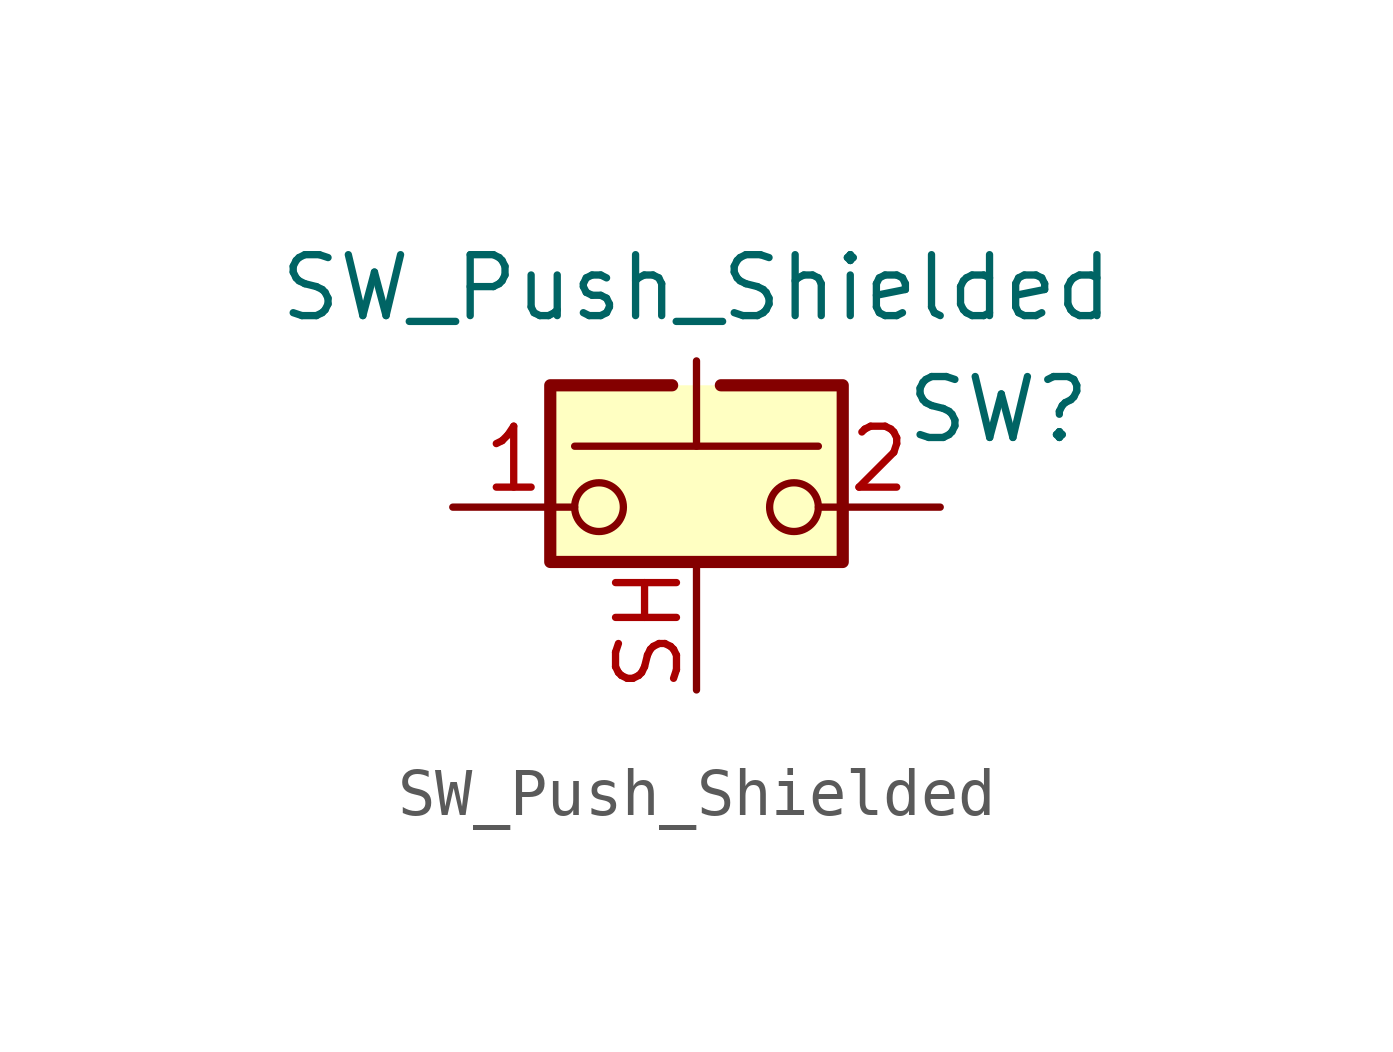
<source format=kicad_sym>
(kicad_symbol_lib
  (version 20231120)
  (generator "kicad_symbol_editor")
  (generator_version "8.0")
  (symbol "SW_Push_Shielded"
    (pin_names
      (offset 1.016) hide)
    (property "Reference" "SW"
      (at 4.318 2.032 0)
      (effects (font (size 1.27 1.27)) (justify left)))
    (property "Value" "SW_Push_Shielded"
      (at 0 4.572 0)
      (effects (font (size 1.27 1.27))))
    (symbol "SW_Push_Shielded_0_1"
      (circle (center -2.032 0) (radius 0.508) (stroke (width 0) (type default)) (fill (type none)))
      (polyline (pts (xy 0 1.27) (xy 0 3.048)) (stroke (width 0) (type default)) (fill (type none)))
      (polyline (pts (xy 2.54 1.27) (xy -2.54 1.27)) (stroke (width 0) (type default)) (fill (type none)))
      (polyline (pts (xy 0.508 2.54) (xy 3.048 2.54) (xy 3.048 -1.143) (xy -3.048 -1.143) (xy -3.048 2.54) (xy -0.508 2.54)) (stroke (width 0.254) (type default)) (fill (type none)))
      (circle (center 2.032 0) (radius 0.508) (stroke (width 0) (type default)) (fill (type none)))
      (pin passive line (at -5.08 0 0) (length 2.54) (name "1" (effects (font (size 1.27 1.27)))) (number "1" (effects (font (size 1.27 1.27)))))
      (pin passive line (at 5.08 0 180) (length 2.54) (name "2" (effects (font (size 1.27 1.27)))) (number "2" (effects (font (size 1.27 1.27))))))
    (symbol "SW_Push_Shielded_1_1"
      (rectangle (start -3.048 2.54) (end 3.048 -1.27) (stroke (width -0.0001) (type default)) (fill (type background)))
      (pin passive line (at 0 -3.81 90) (length 2.54) (name "B" (effects (font (size 1.27 1.27)))) (number "SH" (effects (font (size 1.27 1.27))))))))
</source>
